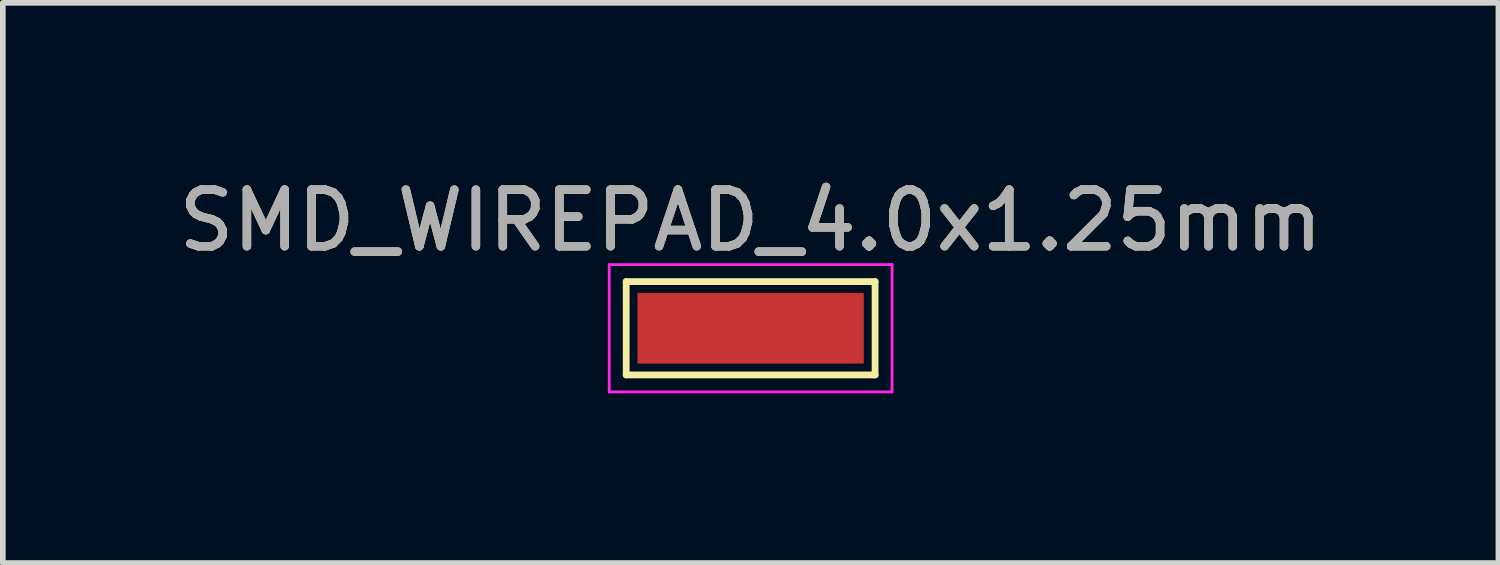
<source format=kicad_pcb>
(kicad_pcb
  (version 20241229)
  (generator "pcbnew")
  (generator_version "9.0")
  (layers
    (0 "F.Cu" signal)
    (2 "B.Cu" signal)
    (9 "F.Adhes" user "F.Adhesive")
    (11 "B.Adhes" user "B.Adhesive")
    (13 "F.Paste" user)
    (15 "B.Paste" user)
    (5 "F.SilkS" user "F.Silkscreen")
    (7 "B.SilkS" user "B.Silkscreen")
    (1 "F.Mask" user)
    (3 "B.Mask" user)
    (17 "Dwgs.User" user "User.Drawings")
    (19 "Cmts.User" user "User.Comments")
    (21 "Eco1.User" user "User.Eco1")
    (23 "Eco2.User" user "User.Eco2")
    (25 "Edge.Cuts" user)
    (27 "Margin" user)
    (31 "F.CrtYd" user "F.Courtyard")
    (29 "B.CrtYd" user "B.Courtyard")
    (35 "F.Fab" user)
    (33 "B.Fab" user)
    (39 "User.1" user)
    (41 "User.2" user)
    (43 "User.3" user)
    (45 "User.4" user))
  (footprint "SMD_WIREPAD_4.0x1.25mm"
    (layer "F.Cu")
    (at 10.22 2.753)
    (property "Reference" "SMD_WIREPAD_4.0x1.25mm" (at 0 -1.905 0) (layer "F.SilkS") (effects (font (size 1 1) (thickness 0.15))))
    (attr exclude_from_pos_files exclude_from_bom)
    (fp_line (start -2.2 -0.825) (end 2.2 -0.825) (stroke (width 0.12) (type solid)) (layer "F.SilkS"))
    (fp_line (start -2.2 0.825) (end -2.2 -0.825) (stroke (width 0.12) (type solid)) (layer "F.SilkS"))
    (fp_line (start 2.2 -0.825) (end 2.2 0.825) (stroke (width 0.12) (type solid)) (layer "F.SilkS"))
    (fp_line (start 2.2 0.825) (end -2.2 0.825) (stroke (width 0.12) (type solid)) (layer "F.SilkS"))
    (fp_line (start -2.5 -1.125) (end -2.5 1.125) (stroke (width 0.05) (type solid)) (layer "F.CrtYd"))
    (fp_line (start -2.5 -1.125) (end 2.5 -1.125) (stroke (width 0.05) (type solid)) (layer "F.CrtYd"))
    (fp_line (start 2.5 1.125) (end -2.5 1.125) (stroke (width 0.05) (type solid)) (layer "F.CrtYd"))
    (fp_line (start 2.5 1.125) (end 2.5 -1.125) (stroke (width 0.05) (type solid)) (layer "F.CrtYd"))
    (fp_text user "${REFERENCE}" (at 0 -1.905 0) (layer "F.Fab") (effects (font (size 1 1) (thickness 0.15))))
    (pad "1" smd rect (at 0 0) (size 4 1.25) (layers "F.Cu" "F.Mask")))
  (gr_rect
    (start -3 -3)
    (end 23.44 6.903)
    (stroke (width 0.1) (type default))
    (fill no)
    (layer "Edge.Cuts")))
</source>
